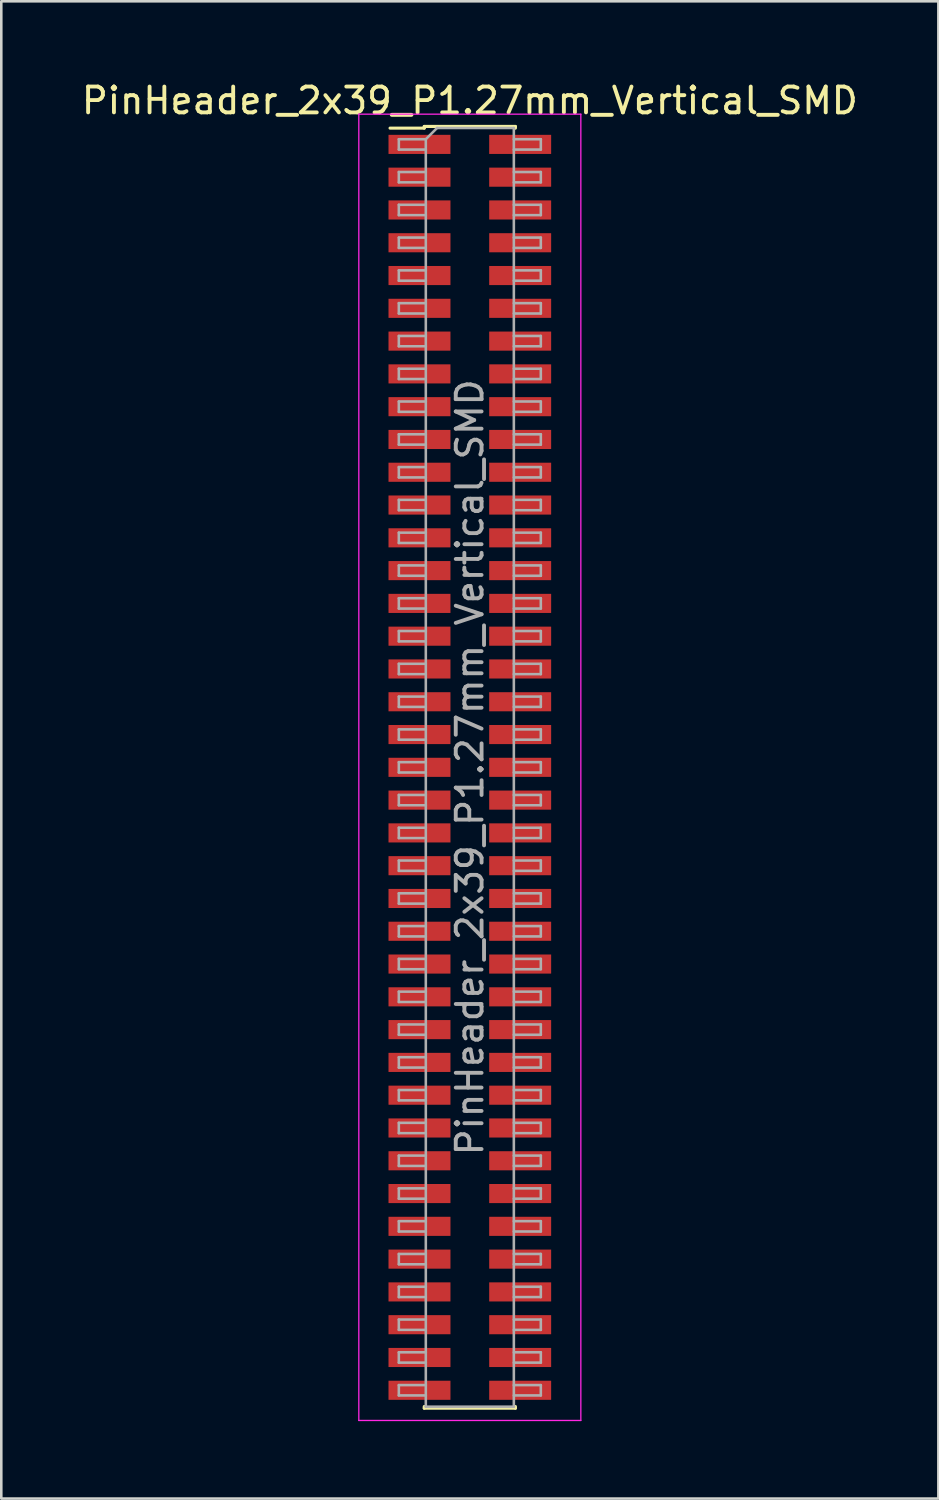
<source format=kicad_pcb>
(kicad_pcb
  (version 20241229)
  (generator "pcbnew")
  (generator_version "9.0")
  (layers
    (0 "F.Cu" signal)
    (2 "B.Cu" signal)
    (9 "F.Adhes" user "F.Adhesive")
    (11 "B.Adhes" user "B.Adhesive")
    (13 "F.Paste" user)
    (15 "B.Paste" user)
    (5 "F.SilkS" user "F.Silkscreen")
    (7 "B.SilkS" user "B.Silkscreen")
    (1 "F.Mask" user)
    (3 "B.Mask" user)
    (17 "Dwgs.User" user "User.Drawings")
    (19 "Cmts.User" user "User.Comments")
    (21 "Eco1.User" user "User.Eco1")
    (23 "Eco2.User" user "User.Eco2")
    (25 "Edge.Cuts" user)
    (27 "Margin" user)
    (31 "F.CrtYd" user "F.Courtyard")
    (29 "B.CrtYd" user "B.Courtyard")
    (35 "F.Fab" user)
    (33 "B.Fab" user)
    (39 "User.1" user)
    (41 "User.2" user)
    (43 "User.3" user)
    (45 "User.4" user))
  (footprint "PinHeader_2x39_P1.27mm_Vertical_SMD"
    (layer "F.Cu")
    (at 15.149 26.673)
    (property "Reference" "PinHeader_2x39_P1.27mm_Vertical_SMD" (at 0 -25.825 0) (layer "F.SilkS") (effects (font (size 1 1) (thickness 0.15))))
    (attr smd)
    (fp_line (start -3.09 -24.76) (end -1.765 -24.76) (stroke (width 0.12) (type solid)) (layer "F.SilkS"))
    (fp_line (start -1.765 -24.825) (end -1.765 -24.76) (stroke (width 0.12) (type solid)) (layer "F.SilkS"))
    (fp_line (start -1.765 -24.825) (end 1.765 -24.825) (stroke (width 0.12) (type solid)) (layer "F.SilkS"))
    (fp_line (start -1.765 24.76) (end -1.765 24.825) (stroke (width 0.12) (type solid)) (layer "F.SilkS"))
    (fp_line (start -1.765 24.825) (end 1.765 24.825) (stroke (width 0.12) (type solid)) (layer "F.SilkS"))
    (fp_line (start 1.765 -24.825) (end 1.765 -24.76) (stroke (width 0.12) (type solid)) (layer "F.SilkS"))
    (fp_line (start 1.765 24.76) (end 1.765 24.825) (stroke (width 0.12) (type solid)) (layer "F.SilkS"))
    (fp_line (start -4.3 -25.3) (end -4.3 25.3) (stroke (width 0.05) (type solid)) (layer "F.CrtYd"))
    (fp_line (start -4.3 25.3) (end 4.3 25.3) (stroke (width 0.05) (type solid)) (layer "F.CrtYd"))
    (fp_line (start 4.3 -25.3) (end -4.3 -25.3) (stroke (width 0.05) (type solid)) (layer "F.CrtYd"))
    (fp_line (start 4.3 25.3) (end 4.3 -25.3) (stroke (width 0.05) (type solid)) (layer "F.CrtYd"))
    (fp_line (start -2.75 -24.33) (end -2.75 -23.93) (stroke (width 0.1) (type solid)) (layer "F.Fab"))
    (fp_line (start -2.75 -23.93) (end -1.705 -23.93) (stroke (width 0.1) (type solid)) (layer "F.Fab"))
    (fp_line (start -2.75 -23.06) (end -2.75 -22.66) (stroke (width 0.1) (type solid)) (layer "F.Fab"))
    (fp_line (start -2.75 -22.66) (end -1.705 -22.66) (stroke (width 0.1) (type solid)) (layer "F.Fab"))
    (fp_line (start -2.75 -21.79) (end -2.75 -21.39) (stroke (width 0.1) (type solid)) (layer "F.Fab"))
    (fp_line (start -2.75 -21.39) (end -1.705 -21.39) (stroke (width 0.1) (type solid)) (layer "F.Fab"))
    (fp_line (start -2.75 -20.52) (end -2.75 -20.12) (stroke (width 0.1) (type solid)) (layer "F.Fab"))
    (fp_line (start -2.75 -20.12) (end -1.705 -20.12) (stroke (width 0.1) (type solid)) (layer "F.Fab"))
    (fp_line (start -2.75 -19.25) (end -2.75 -18.85) (stroke (width 0.1) (type solid)) (layer "F.Fab"))
    (fp_line (start -2.75 -18.85) (end -1.705 -18.85) (stroke (width 0.1) (type solid)) (layer "F.Fab"))
    (fp_line (start -2.75 -17.98) (end -2.75 -17.58) (stroke (width 0.1) (type solid)) (layer "F.Fab"))
    (fp_line (start -2.75 -17.58) (end -1.705 -17.58) (stroke (width 0.1) (type solid)) (layer "F.Fab"))
    (fp_line (start -2.75 -16.71) (end -2.75 -16.31) (stroke (width 0.1) (type solid)) (layer "F.Fab"))
    (fp_line (start -2.75 -16.31) (end -1.705 -16.31) (stroke (width 0.1) (type solid)) (layer "F.Fab"))
    (fp_line (start -2.75 -15.44) (end -2.75 -15.04) (stroke (width 0.1) (type solid)) (layer "F.Fab"))
    (fp_line (start -2.75 -15.04) (end -1.705 -15.04) (stroke (width 0.1) (type solid)) (layer "F.Fab"))
    (fp_line (start -2.75 -14.17) (end -2.75 -13.77) (stroke (width 0.1) (type solid)) (layer "F.Fab"))
    (fp_line (start -2.75 -13.77) (end -1.705 -13.77) (stroke (width 0.1) (type solid)) (layer "F.Fab"))
    (fp_line (start -2.75 -12.9) (end -2.75 -12.5) (stroke (width 0.1) (type solid)) (layer "F.Fab"))
    (fp_line (start -2.75 -12.5) (end -1.705 -12.5) (stroke (width 0.1) (type solid)) (layer "F.Fab"))
    (fp_line (start -2.75 -11.63) (end -2.75 -11.23) (stroke (width 0.1) (type solid)) (layer "F.Fab"))
    (fp_line (start -2.75 -11.23) (end -1.705 -11.23) (stroke (width 0.1) (type solid)) (layer "F.Fab"))
    (fp_line (start -2.75 -10.36) (end -2.75 -9.96) (stroke (width 0.1) (type solid)) (layer "F.Fab"))
    (fp_line (start -2.75 -9.96) (end -1.705 -9.96) (stroke (width 0.1) (type solid)) (layer "F.Fab"))
    (fp_line (start -2.75 -9.09) (end -2.75 -8.69) (stroke (width 0.1) (type solid)) (layer "F.Fab"))
    (fp_line (start -2.75 -8.69) (end -1.705 -8.69) (stroke (width 0.1) (type solid)) (layer "F.Fab"))
    (fp_line (start -2.75 -7.82) (end -2.75 -7.42) (stroke (width 0.1) (type solid)) (layer "F.Fab"))
    (fp_line (start -2.75 -7.42) (end -1.705 -7.42) (stroke (width 0.1) (type solid)) (layer "F.Fab"))
    (fp_line (start -2.75 -6.55) (end -2.75 -6.15) (stroke (width 0.1) (type solid)) (layer "F.Fab"))
    (fp_line (start -2.75 -6.15) (end -1.705 -6.15) (stroke (width 0.1) (type solid)) (layer "F.Fab"))
    (fp_line (start -2.75 -5.28) (end -2.75 -4.88) (stroke (width 0.1) (type solid)) (layer "F.Fab"))
    (fp_line (start -2.75 -4.88) (end -1.705 -4.88) (stroke (width 0.1) (type solid)) (layer "F.Fab"))
    (fp_line (start -2.75 -4.01) (end -2.75 -3.61) (stroke (width 0.1) (type solid)) (layer "F.Fab"))
    (fp_line (start -2.75 -3.61) (end -1.705 -3.61) (stroke (width 0.1) (type solid)) (layer "F.Fab"))
    (fp_line (start -2.75 -2.74) (end -2.75 -2.34) (stroke (width 0.1) (type solid)) (layer "F.Fab"))
    (fp_line (start -2.75 -2.34) (end -1.705 -2.34) (stroke (width 0.1) (type solid)) (layer "F.Fab"))
    (fp_line (start -2.75 -1.47) (end -2.75 -1.07) (stroke (width 0.1) (type solid)) (layer "F.Fab"))
    (fp_line (start -2.75 -1.07) (end -1.705 -1.07) (stroke (width 0.1) (type solid)) (layer "F.Fab"))
    (fp_line (start -2.75 -0.2) (end -2.75 0.2) (stroke (width 0.1) (type solid)) (layer "F.Fab"))
    (fp_line (start -2.75 0.2) (end -1.705 0.2) (stroke (width 0.1) (type solid)) (layer "F.Fab"))
    (fp_line (start -2.75 1.07) (end -2.75 1.47) (stroke (width 0.1) (type solid)) (layer "F.Fab"))
    (fp_line (start -2.75 1.47) (end -1.705 1.47) (stroke (width 0.1) (type solid)) (layer "F.Fab"))
    (fp_line (start -2.75 2.34) (end -2.75 2.74) (stroke (width 0.1) (type solid)) (layer "F.Fab"))
    (fp_line (start -2.75 2.74) (end -1.705 2.74) (stroke (width 0.1) (type solid)) (layer "F.Fab"))
    (fp_line (start -2.75 3.61) (end -2.75 4.01) (stroke (width 0.1) (type solid)) (layer "F.Fab"))
    (fp_line (start -2.75 4.01) (end -1.705 4.01) (stroke (width 0.1) (type solid)) (layer "F.Fab"))
    (fp_line (start -2.75 4.88) (end -2.75 5.28) (stroke (width 0.1) (type solid)) (layer "F.Fab"))
    (fp_line (start -2.75 5.28) (end -1.705 5.28) (stroke (width 0.1) (type solid)) (layer "F.Fab"))
    (fp_line (start -2.75 6.15) (end -2.75 6.55) (stroke (width 0.1) (type solid)) (layer "F.Fab"))
    (fp_line (start -2.75 6.55) (end -1.705 6.55) (stroke (width 0.1) (type solid)) (layer "F.Fab"))
    (fp_line (start -2.75 7.42) (end -2.75 7.82) (stroke (width 0.1) (type solid)) (layer "F.Fab"))
    (fp_line (start -2.75 7.82) (end -1.705 7.82) (stroke (width 0.1) (type solid)) (layer "F.Fab"))
    (fp_line (start -2.75 8.69) (end -2.75 9.09) (stroke (width 0.1) (type solid)) (layer "F.Fab"))
    (fp_line (start -2.75 9.09) (end -1.705 9.09) (stroke (width 0.1) (type solid)) (layer "F.Fab"))
    (fp_line (start -2.75 9.96) (end -2.75 10.36) (stroke (width 0.1) (type solid)) (layer "F.Fab"))
    (fp_line (start -2.75 10.36) (end -1.705 10.36) (stroke (width 0.1) (type solid)) (layer "F.Fab"))
    (fp_line (start -2.75 11.23) (end -2.75 11.63) (stroke (width 0.1) (type solid)) (layer "F.Fab"))
    (fp_line (start -2.75 11.63) (end -1.705 11.63) (stroke (width 0.1) (type solid)) (layer "F.Fab"))
    (fp_line (start -2.75 12.5) (end -2.75 12.9) (stroke (width 0.1) (type solid)) (layer "F.Fab"))
    (fp_line (start -2.75 12.9) (end -1.705 12.9) (stroke (width 0.1) (type solid)) (layer "F.Fab"))
    (fp_line (start -2.75 13.77) (end -2.75 14.17) (stroke (width 0.1) (type solid)) (layer "F.Fab"))
    (fp_line (start -2.75 14.17) (end -1.705 14.17) (stroke (width 0.1) (type solid)) (layer "F.Fab"))
    (fp_line (start -2.75 15.04) (end -2.75 15.44) (stroke (width 0.1) (type solid)) (layer "F.Fab"))
    (fp_line (start -2.75 15.44) (end -1.705 15.44) (stroke (width 0.1) (type solid)) (layer "F.Fab"))
    (fp_line (start -2.75 16.31) (end -2.75 16.71) (stroke (width 0.1) (type solid)) (layer "F.Fab"))
    (fp_line (start -2.75 16.71) (end -1.705 16.71) (stroke (width 0.1) (type solid)) (layer "F.Fab"))
    (fp_line (start -2.75 17.58) (end -2.75 17.98) (stroke (width 0.1) (type solid)) (layer "F.Fab"))
    (fp_line (start -2.75 17.98) (end -1.705 17.98) (stroke (width 0.1) (type solid)) (layer "F.Fab"))
    (fp_line (start -2.75 18.85) (end -2.75 19.25) (stroke (width 0.1) (type solid)) (layer "F.Fab"))
    (fp_line (start -2.75 19.25) (end -1.705 19.25) (stroke (width 0.1) (type solid)) (layer "F.Fab"))
    (fp_line (start -2.75 20.12) (end -2.75 20.52) (stroke (width 0.1) (type solid)) (layer "F.Fab"))
    (fp_line (start -2.75 20.52) (end -1.705 20.52) (stroke (width 0.1) (type solid)) (layer "F.Fab"))
    (fp_line (start -2.75 21.39) (end -2.75 21.79) (stroke (width 0.1) (type solid)) (layer "F.Fab"))
    (fp_line (start -2.75 21.79) (end -1.705 21.79) (stroke (width 0.1) (type solid)) (layer "F.Fab"))
    (fp_line (start -2.75 22.66) (end -2.75 23.06) (stroke (width 0.1) (type solid)) (layer "F.Fab"))
    (fp_line (start -2.75 23.06) (end -1.705 23.06) (stroke (width 0.1) (type solid)) (layer "F.Fab"))
    (fp_line (start -2.75 23.93) (end -2.75 24.33) (stroke (width 0.1) (type solid)) (layer "F.Fab"))
    (fp_line (start -2.75 24.33) (end -1.705 24.33) (stroke (width 0.1) (type solid)) (layer "F.Fab"))
    (fp_line (start -1.705 -24.33) (end -2.75 -24.33) (stroke (width 0.1) (type solid)) (layer "F.Fab"))
    (fp_line (start -1.705 -24.33) (end -1.27 -24.765) (stroke (width 0.1) (type solid)) (layer "F.Fab"))
    (fp_line (start -1.705 -23.06) (end -2.75 -23.06) (stroke (width 0.1) (type solid)) (layer "F.Fab"))
    (fp_line (start -1.705 -21.79) (end -2.75 -21.79) (stroke (width 0.1) (type solid)) (layer "F.Fab"))
    (fp_line (start -1.705 -20.52) (end -2.75 -20.52) (stroke (width 0.1) (type solid)) (layer "F.Fab"))
    (fp_line (start -1.705 -19.25) (end -2.75 -19.25) (stroke (width 0.1) (type solid)) (layer "F.Fab"))
    (fp_line (start -1.705 -17.98) (end -2.75 -17.98) (stroke (width 0.1) (type solid)) (layer "F.Fab"))
    (fp_line (start -1.705 -16.71) (end -2.75 -16.71) (stroke (width 0.1) (type solid)) (layer "F.Fab"))
    (fp_line (start -1.705 -15.44) (end -2.75 -15.44) (stroke (width 0.1) (type solid)) (layer "F.Fab"))
    (fp_line (start -1.705 -14.17) (end -2.75 -14.17) (stroke (width 0.1) (type solid)) (layer "F.Fab"))
    (fp_line (start -1.705 -12.9) (end -2.75 -12.9) (stroke (width 0.1) (type solid)) (layer "F.Fab"))
    (fp_line (start -1.705 -11.63) (end -2.75 -11.63) (stroke (width 0.1) (type solid)) (layer "F.Fab"))
    (fp_line (start -1.705 -10.36) (end -2.75 -10.36) (stroke (width 0.1) (type solid)) (layer "F.Fab"))
    (fp_line (start -1.705 -9.09) (end -2.75 -9.09) (stroke (width 0.1) (type solid)) (layer "F.Fab"))
    (fp_line (start -1.705 -7.82) (end -2.75 -7.82) (stroke (width 0.1) (type solid)) (layer "F.Fab"))
    (fp_line (start -1.705 -6.55) (end -2.75 -6.55) (stroke (width 0.1) (type solid)) (layer "F.Fab"))
    (fp_line (start -1.705 -5.28) (end -2.75 -5.28) (stroke (width 0.1) (type solid)) (layer "F.Fab"))
    (fp_line (start -1.705 -4.01) (end -2.75 -4.01) (stroke (width 0.1) (type solid)) (layer "F.Fab"))
    (fp_line (start -1.705 -2.74) (end -2.75 -2.74) (stroke (width 0.1) (type solid)) (layer "F.Fab"))
    (fp_line (start -1.705 -1.47) (end -2.75 -1.47) (stroke (width 0.1) (type solid)) (layer "F.Fab"))
    (fp_line (start -1.705 -0.2) (end -2.75 -0.2) (stroke (width 0.1) (type solid)) (layer "F.Fab"))
    (fp_line (start -1.705 1.07) (end -2.75 1.07) (stroke (width 0.1) (type solid)) (layer "F.Fab"))
    (fp_line (start -1.705 2.34) (end -2.75 2.34) (stroke (width 0.1) (type solid)) (layer "F.Fab"))
    (fp_line (start -1.705 3.61) (end -2.75 3.61) (stroke (width 0.1) (type solid)) (layer "F.Fab"))
    (fp_line (start -1.705 4.88) (end -2.75 4.88) (stroke (width 0.1) (type solid)) (layer "F.Fab"))
    (fp_line (start -1.705 6.15) (end -2.75 6.15) (stroke (width 0.1) (type solid)) (layer "F.Fab"))
    (fp_line (start -1.705 7.42) (end -2.75 7.42) (stroke (width 0.1) (type solid)) (layer "F.Fab"))
    (fp_line (start -1.705 8.69) (end -2.75 8.69) (stroke (width 0.1) (type solid)) (layer "F.Fab"))
    (fp_line (start -1.705 9.96) (end -2.75 9.96) (stroke (width 0.1) (type solid)) (layer "F.Fab"))
    (fp_line (start -1.705 11.23) (end -2.75 11.23) (stroke (width 0.1) (type solid)) (layer "F.Fab"))
    (fp_line (start -1.705 12.5) (end -2.75 12.5) (stroke (width 0.1) (type solid)) (layer "F.Fab"))
    (fp_line (start -1.705 13.77) (end -2.75 13.77) (stroke (width 0.1) (type solid)) (layer "F.Fab"))
    (fp_line (start -1.705 15.04) (end -2.75 15.04) (stroke (width 0.1) (type solid)) (layer "F.Fab"))
    (fp_line (start -1.705 16.31) (end -2.75 16.31) (stroke (width 0.1) (type solid)) (layer "F.Fab"))
    (fp_line (start -1.705 17.58) (end -2.75 17.58) (stroke (width 0.1) (type solid)) (layer "F.Fab"))
    (fp_line (start -1.705 18.85) (end -2.75 18.85) (stroke (width 0.1) (type solid)) (layer "F.Fab"))
    (fp_line (start -1.705 20.12) (end -2.75 20.12) (stroke (width 0.1) (type solid)) (layer "F.Fab"))
    (fp_line (start -1.705 21.39) (end -2.75 21.39) (stroke (width 0.1) (type solid)) (layer "F.Fab"))
    (fp_line (start -1.705 22.66) (end -2.75 22.66) (stroke (width 0.1) (type solid)) (layer "F.Fab"))
    (fp_line (start -1.705 23.93) (end -2.75 23.93) (stroke (width 0.1) (type solid)) (layer "F.Fab"))
    (fp_line (start -1.705 24.765) (end -1.705 -24.33) (stroke (width 0.1) (type solid)) (layer "F.Fab"))
    (fp_line (start -1.27 -24.765) (end 1.705 -24.765) (stroke (width 0.1) (type solid)) (layer "F.Fab"))
    (fp_line (start 1.705 -24.765) (end 1.705 24.765) (stroke (width 0.1) (type solid)) (layer "F.Fab"))
    (fp_line (start 1.705 -24.33) (end 2.75 -24.33) (stroke (width 0.1) (type solid)) (layer "F.Fab"))
    (fp_line (start 1.705 -23.06) (end 2.75 -23.06) (stroke (width 0.1) (type solid)) (layer "F.Fab"))
    (fp_line (start 1.705 -21.79) (end 2.75 -21.79) (stroke (width 0.1) (type solid)) (layer "F.Fab"))
    (fp_line (start 1.705 -20.52) (end 2.75 -20.52) (stroke (width 0.1) (type solid)) (layer "F.Fab"))
    (fp_line (start 1.705 -19.25) (end 2.75 -19.25) (stroke (width 0.1) (type solid)) (layer "F.Fab"))
    (fp_line (start 1.705 -17.98) (end 2.75 -17.98) (stroke (width 0.1) (type solid)) (layer "F.Fab"))
    (fp_line (start 1.705 -16.71) (end 2.75 -16.71) (stroke (width 0.1) (type solid)) (layer "F.Fab"))
    (fp_line (start 1.705 -15.44) (end 2.75 -15.44) (stroke (width 0.1) (type solid)) (layer "F.Fab"))
    (fp_line (start 1.705 -14.17) (end 2.75 -14.17) (stroke (width 0.1) (type solid)) (layer "F.Fab"))
    (fp_line (start 1.705 -12.9) (end 2.75 -12.9) (stroke (width 0.1) (type solid)) (layer "F.Fab"))
    (fp_line (start 1.705 -11.63) (end 2.75 -11.63) (stroke (width 0.1) (type solid)) (layer "F.Fab"))
    (fp_line (start 1.705 -10.36) (end 2.75 -10.36) (stroke (width 0.1) (type solid)) (layer "F.Fab"))
    (fp_line (start 1.705 -9.09) (end 2.75 -9.09) (stroke (width 0.1) (type solid)) (layer "F.Fab"))
    (fp_line (start 1.705 -7.82) (end 2.75 -7.82) (stroke (width 0.1) (type solid)) (layer "F.Fab"))
    (fp_line (start 1.705 -6.55) (end 2.75 -6.55) (stroke (width 0.1) (type solid)) (layer "F.Fab"))
    (fp_line (start 1.705 -5.28) (end 2.75 -5.28) (stroke (width 0.1) (type solid)) (layer "F.Fab"))
    (fp_line (start 1.705 -4.01) (end 2.75 -4.01) (stroke (width 0.1) (type solid)) (layer "F.Fab"))
    (fp_line (start 1.705 -2.74) (end 2.75 -2.74) (stroke (width 0.1) (type solid)) (layer "F.Fab"))
    (fp_line (start 1.705 -1.47) (end 2.75 -1.47) (stroke (width 0.1) (type solid)) (layer "F.Fab"))
    (fp_line (start 1.705 -0.2) (end 2.75 -0.2) (stroke (width 0.1) (type solid)) (layer "F.Fab"))
    (fp_line (start 1.705 1.07) (end 2.75 1.07) (stroke (width 0.1) (type solid)) (layer "F.Fab"))
    (fp_line (start 1.705 2.34) (end 2.75 2.34) (stroke (width 0.1) (type solid)) (layer "F.Fab"))
    (fp_line (start 1.705 3.61) (end 2.75 3.61) (stroke (width 0.1) (type solid)) (layer "F.Fab"))
    (fp_line (start 1.705 4.88) (end 2.75 4.88) (stroke (width 0.1) (type solid)) (layer "F.Fab"))
    (fp_line (start 1.705 6.15) (end 2.75 6.15) (stroke (width 0.1) (type solid)) (layer "F.Fab"))
    (fp_line (start 1.705 7.42) (end 2.75 7.42) (stroke (width 0.1) (type solid)) (layer "F.Fab"))
    (fp_line (start 1.705 8.69) (end 2.75 8.69) (stroke (width 0.1) (type solid)) (layer "F.Fab"))
    (fp_line (start 1.705 9.96) (end 2.75 9.96) (stroke (width 0.1) (type solid)) (layer "F.Fab"))
    (fp_line (start 1.705 11.23) (end 2.75 11.23) (stroke (width 0.1) (type solid)) (layer "F.Fab"))
    (fp_line (start 1.705 12.5) (end 2.75 12.5) (stroke (width 0.1) (type solid)) (layer "F.Fab"))
    (fp_line (start 1.705 13.77) (end 2.75 13.77) (stroke (width 0.1) (type solid)) (layer "F.Fab"))
    (fp_line (start 1.705 15.04) (end 2.75 15.04) (stroke (width 0.1) (type solid)) (layer "F.Fab"))
    (fp_line (start 1.705 16.31) (end 2.75 16.31) (stroke (width 0.1) (type solid)) (layer "F.Fab"))
    (fp_line (start 1.705 17.58) (end 2.75 17.58) (stroke (width 0.1) (type solid)) (layer "F.Fab"))
    (fp_line (start 1.705 18.85) (end 2.75 18.85) (stroke (width 0.1) (type solid)) (layer "F.Fab"))
    (fp_line (start 1.705 20.12) (end 2.75 20.12) (stroke (width 0.1) (type solid)) (layer "F.Fab"))
    (fp_line (start 1.705 21.39) (end 2.75 21.39) (stroke (width 0.1) (type solid)) (layer "F.Fab"))
    (fp_line (start 1.705 22.66) (end 2.75 22.66) (stroke (width 0.1) (type solid)) (layer "F.Fab"))
    (fp_line (start 1.705 23.93) (end 2.75 23.93) (stroke (width 0.1) (type solid)) (layer "F.Fab"))
    (fp_line (start 1.705 24.765) (end -1.705 24.765) (stroke (width 0.1) (type solid)) (layer "F.Fab"))
    (fp_line (start 2.75 -24.33) (end 2.75 -23.93) (stroke (width 0.1) (type solid)) (layer "F.Fab"))
    (fp_line (start 2.75 -23.93) (end 1.705 -23.93) (stroke (width 0.1) (type solid)) (layer "F.Fab"))
    (fp_line (start 2.75 -23.06) (end 2.75 -22.66) (stroke (width 0.1) (type solid)) (layer "F.Fab"))
    (fp_line (start 2.75 -22.66) (end 1.705 -22.66) (stroke (width 0.1) (type solid)) (layer "F.Fab"))
    (fp_line (start 2.75 -21.79) (end 2.75 -21.39) (stroke (width 0.1) (type solid)) (layer "F.Fab"))
    (fp_line (start 2.75 -21.39) (end 1.705 -21.39) (stroke (width 0.1) (type solid)) (layer "F.Fab"))
    (fp_line (start 2.75 -20.52) (end 2.75 -20.12) (stroke (width 0.1) (type solid)) (layer "F.Fab"))
    (fp_line (start 2.75 -20.12) (end 1.705 -20.12) (stroke (width 0.1) (type solid)) (layer "F.Fab"))
    (fp_line (start 2.75 -19.25) (end 2.75 -18.85) (stroke (width 0.1) (type solid)) (layer "F.Fab"))
    (fp_line (start 2.75 -18.85) (end 1.705 -18.85) (stroke (width 0.1) (type solid)) (layer "F.Fab"))
    (fp_line (start 2.75 -17.98) (end 2.75 -17.58) (stroke (width 0.1) (type solid)) (layer "F.Fab"))
    (fp_line (start 2.75 -17.58) (end 1.705 -17.58) (stroke (width 0.1) (type solid)) (layer "F.Fab"))
    (fp_line (start 2.75 -16.71) (end 2.75 -16.31) (stroke (width 0.1) (type solid)) (layer "F.Fab"))
    (fp_line (start 2.75 -16.31) (end 1.705 -16.31) (stroke (width 0.1) (type solid)) (layer "F.Fab"))
    (fp_line (start 2.75 -15.44) (end 2.75 -15.04) (stroke (width 0.1) (type solid)) (layer "F.Fab"))
    (fp_line (start 2.75 -15.04) (end 1.705 -15.04) (stroke (width 0.1) (type solid)) (layer "F.Fab"))
    (fp_line (start 2.75 -14.17) (end 2.75 -13.77) (stroke (width 0.1) (type solid)) (layer "F.Fab"))
    (fp_line (start 2.75 -13.77) (end 1.705 -13.77) (stroke (width 0.1) (type solid)) (layer "F.Fab"))
    (fp_line (start 2.75 -12.9) (end 2.75 -12.5) (stroke (width 0.1) (type solid)) (layer "F.Fab"))
    (fp_line (start 2.75 -12.5) (end 1.705 -12.5) (stroke (width 0.1) (type solid)) (layer "F.Fab"))
    (fp_line (start 2.75 -11.63) (end 2.75 -11.23) (stroke (width 0.1) (type solid)) (layer "F.Fab"))
    (fp_line (start 2.75 -11.23) (end 1.705 -11.23) (stroke (width 0.1) (type solid)) (layer "F.Fab"))
    (fp_line (start 2.75 -10.36) (end 2.75 -9.96) (stroke (width 0.1) (type solid)) (layer "F.Fab"))
    (fp_line (start 2.75 -9.96) (end 1.705 -9.96) (stroke (width 0.1) (type solid)) (layer "F.Fab"))
    (fp_line (start 2.75 -9.09) (end 2.75 -8.69) (stroke (width 0.1) (type solid)) (layer "F.Fab"))
    (fp_line (start 2.75 -8.69) (end 1.705 -8.69) (stroke (width 0.1) (type solid)) (layer "F.Fab"))
    (fp_line (start 2.75 -7.82) (end 2.75 -7.42) (stroke (width 0.1) (type solid)) (layer "F.Fab"))
    (fp_line (start 2.75 -7.42) (end 1.705 -7.42) (stroke (width 0.1) (type solid)) (layer "F.Fab"))
    (fp_line (start 2.75 -6.55) (end 2.75 -6.15) (stroke (width 0.1) (type solid)) (layer "F.Fab"))
    (fp_line (start 2.75 -6.15) (end 1.705 -6.15) (stroke (width 0.1) (type solid)) (layer "F.Fab"))
    (fp_line (start 2.75 -5.28) (end 2.75 -4.88) (stroke (width 0.1) (type solid)) (layer "F.Fab"))
    (fp_line (start 2.75 -4.88) (end 1.705 -4.88) (stroke (width 0.1) (type solid)) (layer "F.Fab"))
    (fp_line (start 2.75 -4.01) (end 2.75 -3.61) (stroke (width 0.1) (type solid)) (layer "F.Fab"))
    (fp_line (start 2.75 -3.61) (end 1.705 -3.61) (stroke (width 0.1) (type solid)) (layer "F.Fab"))
    (fp_line (start 2.75 -2.74) (end 2.75 -2.34) (stroke (width 0.1) (type solid)) (layer "F.Fab"))
    (fp_line (start 2.75 -2.34) (end 1.705 -2.34) (stroke (width 0.1) (type solid)) (layer "F.Fab"))
    (fp_line (start 2.75 -1.47) (end 2.75 -1.07) (stroke (width 0.1) (type solid)) (layer "F.Fab"))
    (fp_line (start 2.75 -1.07) (end 1.705 -1.07) (stroke (width 0.1) (type solid)) (layer "F.Fab"))
    (fp_line (start 2.75 -0.2) (end 2.75 0.2) (stroke (width 0.1) (type solid)) (layer "F.Fab"))
    (fp_line (start 2.75 0.2) (end 1.705 0.2) (stroke (width 0.1) (type solid)) (layer "F.Fab"))
    (fp_line (start 2.75 1.07) (end 2.75 1.47) (stroke (width 0.1) (type solid)) (layer "F.Fab"))
    (fp_line (start 2.75 1.47) (end 1.705 1.47) (stroke (width 0.1) (type solid)) (layer "F.Fab"))
    (fp_line (start 2.75 2.34) (end 2.75 2.74) (stroke (width 0.1) (type solid)) (layer "F.Fab"))
    (fp_line (start 2.75 2.74) (end 1.705 2.74) (stroke (width 0.1) (type solid)) (layer "F.Fab"))
    (fp_line (start 2.75 3.61) (end 2.75 4.01) (stroke (width 0.1) (type solid)) (layer "F.Fab"))
    (fp_line (start 2.75 4.01) (end 1.705 4.01) (stroke (width 0.1) (type solid)) (layer "F.Fab"))
    (fp_line (start 2.75 4.88) (end 2.75 5.28) (stroke (width 0.1) (type solid)) (layer "F.Fab"))
    (fp_line (start 2.75 5.28) (end 1.705 5.28) (stroke (width 0.1) (type solid)) (layer "F.Fab"))
    (fp_line (start 2.75 6.15) (end 2.75 6.55) (stroke (width 0.1) (type solid)) (layer "F.Fab"))
    (fp_line (start 2.75 6.55) (end 1.705 6.55) (stroke (width 0.1) (type solid)) (layer "F.Fab"))
    (fp_line (start 2.75 7.42) (end 2.75 7.82) (stroke (width 0.1) (type solid)) (layer "F.Fab"))
    (fp_line (start 2.75 7.82) (end 1.705 7.82) (stroke (width 0.1) (type solid)) (layer "F.Fab"))
    (fp_line (start 2.75 8.69) (end 2.75 9.09) (stroke (width 0.1) (type solid)) (layer "F.Fab"))
    (fp_line (start 2.75 9.09) (end 1.705 9.09) (stroke (width 0.1) (type solid)) (layer "F.Fab"))
    (fp_line (start 2.75 9.96) (end 2.75 10.36) (stroke (width 0.1) (type solid)) (layer "F.Fab"))
    (fp_line (start 2.75 10.36) (end 1.705 10.36) (stroke (width 0.1) (type solid)) (layer "F.Fab"))
    (fp_line (start 2.75 11.23) (end 2.75 11.63) (stroke (width 0.1) (type solid)) (layer "F.Fab"))
    (fp_line (start 2.75 11.63) (end 1.705 11.63) (stroke (width 0.1) (type solid)) (layer "F.Fab"))
    (fp_line (start 2.75 12.5) (end 2.75 12.9) (stroke (width 0.1) (type solid)) (layer "F.Fab"))
    (fp_line (start 2.75 12.9) (end 1.705 12.9) (stroke (width 0.1) (type solid)) (layer "F.Fab"))
    (fp_line (start 2.75 13.77) (end 2.75 14.17) (stroke (width 0.1) (type solid)) (layer "F.Fab"))
    (fp_line (start 2.75 14.17) (end 1.705 14.17) (stroke (width 0.1) (type solid)) (layer "F.Fab"))
    (fp_line (start 2.75 15.04) (end 2.75 15.44) (stroke (width 0.1) (type solid)) (layer "F.Fab"))
    (fp_line (start 2.75 15.44) (end 1.705 15.44) (stroke (width 0.1) (type solid)) (layer "F.Fab"))
    (fp_line (start 2.75 16.31) (end 2.75 16.71) (stroke (width 0.1) (type solid)) (layer "F.Fab"))
    (fp_line (start 2.75 16.71) (end 1.705 16.71) (stroke (width 0.1) (type solid)) (layer "F.Fab"))
    (fp_line (start 2.75 17.58) (end 2.75 17.98) (stroke (width 0.1) (type solid)) (layer "F.Fab"))
    (fp_line (start 2.75 17.98) (end 1.705 17.98) (stroke (width 0.1) (type solid)) (layer "F.Fab"))
    (fp_line (start 2.75 18.85) (end 2.75 19.25) (stroke (width 0.1) (type solid)) (layer "F.Fab"))
    (fp_line (start 2.75 19.25) (end 1.705 19.25) (stroke (width 0.1) (type solid)) (layer "F.Fab"))
    (fp_line (start 2.75 20.12) (end 2.75 20.52) (stroke (width 0.1) (type solid)) (layer "F.Fab"))
    (fp_line (start 2.75 20.52) (end 1.705 20.52) (stroke (width 0.1) (type solid)) (layer "F.Fab"))
    (fp_line (start 2.75 21.39) (end 2.75 21.79) (stroke (width 0.1) (type solid)) (layer "F.Fab"))
    (fp_line (start 2.75 21.79) (end 1.705 21.79) (stroke (width 0.1) (type solid)) (layer "F.Fab"))
    (fp_line (start 2.75 22.66) (end 2.75 23.06) (stroke (width 0.1) (type solid)) (layer "F.Fab"))
    (fp_line (start 2.75 23.06) (end 1.705 23.06) (stroke (width 0.1) (type solid)) (layer "F.Fab"))
    (fp_line (start 2.75 23.93) (end 2.75 24.33) (stroke (width 0.1) (type solid)) (layer "F.Fab"))
    (fp_line (start 2.75 24.33) (end 1.705 24.33) (stroke (width 0.1) (type solid)) (layer "F.Fab"))
    (fp_text user "${REFERENCE}" (at 0 0 90) (layer "F.Fab") (effects (font (size 1 1) (thickness 0.15))))
    (pad "1" smd rect (at -1.95 -24.13) (size 2.4 0.74) (layers "F.Cu" "F.Mask" "F.Paste"))
    (pad "2" smd rect (at 1.95 -24.13) (size 2.4 0.74) (layers "F.Cu" "F.Mask" "F.Paste"))
    (pad "3" smd rect (at -1.95 -22.86) (size 2.4 0.74) (layers "F.Cu" "F.Mask" "F.Paste"))
    (pad "4" smd rect (at 1.95 -22.86) (size 2.4 0.74) (layers "F.Cu" "F.Mask" "F.Paste"))
    (pad "5" smd rect (at -1.95 -21.59) (size 2.4 0.74) (layers "F.Cu" "F.Mask" "F.Paste"))
    (pad "6" smd rect (at 1.95 -21.59) (size 2.4 0.74) (layers "F.Cu" "F.Mask" "F.Paste"))
    (pad "7" smd rect (at -1.95 -20.32) (size 2.4 0.74) (layers "F.Cu" "F.Mask" "F.Paste"))
    (pad "8" smd rect (at 1.95 -20.32) (size 2.4 0.74) (layers "F.Cu" "F.Mask" "F.Paste"))
    (pad "9" smd rect (at -1.95 -19.05) (size 2.4 0.74) (layers "F.Cu" "F.Mask" "F.Paste"))
    (pad "10" smd rect (at 1.95 -19.05) (size 2.4 0.74) (layers "F.Cu" "F.Mask" "F.Paste"))
    (pad "11" smd rect (at -1.95 -17.78) (size 2.4 0.74) (layers "F.Cu" "F.Mask" "F.Paste"))
    (pad "12" smd rect (at 1.95 -17.78) (size 2.4 0.74) (layers "F.Cu" "F.Mask" "F.Paste"))
    (pad "13" smd rect (at -1.95 -16.51) (size 2.4 0.74) (layers "F.Cu" "F.Mask" "F.Paste"))
    (pad "14" smd rect (at 1.95 -16.51) (size 2.4 0.74) (layers "F.Cu" "F.Mask" "F.Paste"))
    (pad "15" smd rect (at -1.95 -15.24) (size 2.4 0.74) (layers "F.Cu" "F.Mask" "F.Paste"))
    (pad "16" smd rect (at 1.95 -15.24) (size 2.4 0.74) (layers "F.Cu" "F.Mask" "F.Paste"))
    (pad "17" smd rect (at -1.95 -13.97) (size 2.4 0.74) (layers "F.Cu" "F.Mask" "F.Paste"))
    (pad "18" smd rect (at 1.95 -13.97) (size 2.4 0.74) (layers "F.Cu" "F.Mask" "F.Paste"))
    (pad "19" smd rect (at -1.95 -12.7) (size 2.4 0.74) (layers "F.Cu" "F.Mask" "F.Paste"))
    (pad "20" smd rect (at 1.95 -12.7) (size 2.4 0.74) (layers "F.Cu" "F.Mask" "F.Paste"))
    (pad "21" smd rect (at -1.95 -11.43) (size 2.4 0.74) (layers "F.Cu" "F.Mask" "F.Paste"))
    (pad "22" smd rect (at 1.95 -11.43) (size 2.4 0.74) (layers "F.Cu" "F.Mask" "F.Paste"))
    (pad "23" smd rect (at -1.95 -10.16) (size 2.4 0.74) (layers "F.Cu" "F.Mask" "F.Paste"))
    (pad "24" smd rect (at 1.95 -10.16) (size 2.4 0.74) (layers "F.Cu" "F.Mask" "F.Paste"))
    (pad "25" smd rect (at -1.95 -8.89) (size 2.4 0.74) (layers "F.Cu" "F.Mask" "F.Paste"))
    (pad "26" smd rect (at 1.95 -8.89) (size 2.4 0.74) (layers "F.Cu" "F.Mask" "F.Paste"))
    (pad "27" smd rect (at -1.95 -7.62) (size 2.4 0.74) (layers "F.Cu" "F.Mask" "F.Paste"))
    (pad "28" smd rect (at 1.95 -7.62) (size 2.4 0.74) (layers "F.Cu" "F.Mask" "F.Paste"))
    (pad "29" smd rect (at -1.95 -6.35) (size 2.4 0.74) (layers "F.Cu" "F.Mask" "F.Paste"))
    (pad "30" smd rect (at 1.95 -6.35) (size 2.4 0.74) (layers "F.Cu" "F.Mask" "F.Paste"))
    (pad "31" smd rect (at -1.95 -5.08) (size 2.4 0.74) (layers "F.Cu" "F.Mask" "F.Paste"))
    (pad "32" smd rect (at 1.95 -5.08) (size 2.4 0.74) (layers "F.Cu" "F.Mask" "F.Paste"))
    (pad "33" smd rect (at -1.95 -3.81) (size 2.4 0.74) (layers "F.Cu" "F.Mask" "F.Paste"))
    (pad "34" smd rect (at 1.95 -3.81) (size 2.4 0.74) (layers "F.Cu" "F.Mask" "F.Paste"))
    (pad "35" smd rect (at -1.95 -2.54) (size 2.4 0.74) (layers "F.Cu" "F.Mask" "F.Paste"))
    (pad "36" smd rect (at 1.95 -2.54) (size 2.4 0.74) (layers "F.Cu" "F.Mask" "F.Paste"))
    (pad "37" smd rect (at -1.95 -1.27) (size 2.4 0.74) (layers "F.Cu" "F.Mask" "F.Paste"))
    (pad "38" smd rect (at 1.95 -1.27) (size 2.4 0.74) (layers "F.Cu" "F.Mask" "F.Paste"))
    (pad "39" smd rect (at -1.95 0) (size 2.4 0.74) (layers "F.Cu" "F.Mask" "F.Paste"))
    (pad "40" smd rect (at 1.95 0) (size 2.4 0.74) (layers "F.Cu" "F.Mask" "F.Paste"))
    (pad "41" smd rect (at -1.95 1.27) (size 2.4 0.74) (layers "F.Cu" "F.Mask" "F.Paste"))
    (pad "42" smd rect (at 1.95 1.27) (size 2.4 0.74) (layers "F.Cu" "F.Mask" "F.Paste"))
    (pad "43" smd rect (at -1.95 2.54) (size 2.4 0.74) (layers "F.Cu" "F.Mask" "F.Paste"))
    (pad "44" smd rect (at 1.95 2.54) (size 2.4 0.74) (layers "F.Cu" "F.Mask" "F.Paste"))
    (pad "45" smd rect (at -1.95 3.81) (size 2.4 0.74) (layers "F.Cu" "F.Mask" "F.Paste"))
    (pad "46" smd rect (at 1.95 3.81) (size 2.4 0.74) (layers "F.Cu" "F.Mask" "F.Paste"))
    (pad "47" smd rect (at -1.95 5.08) (size 2.4 0.74) (layers "F.Cu" "F.Mask" "F.Paste"))
    (pad "48" smd rect (at 1.95 5.08) (size 2.4 0.74) (layers "F.Cu" "F.Mask" "F.Paste"))
    (pad "49" smd rect (at -1.95 6.35) (size 2.4 0.74) (layers "F.Cu" "F.Mask" "F.Paste"))
    (pad "50" smd rect (at 1.95 6.35) (size 2.4 0.74) (layers "F.Cu" "F.Mask" "F.Paste"))
    (pad "51" smd rect (at -1.95 7.62) (size 2.4 0.74) (layers "F.Cu" "F.Mask" "F.Paste"))
    (pad "52" smd rect (at 1.95 7.62) (size 2.4 0.74) (layers "F.Cu" "F.Mask" "F.Paste"))
    (pad "53" smd rect (at -1.95 8.89) (size 2.4 0.74) (layers "F.Cu" "F.Mask" "F.Paste"))
    (pad "54" smd rect (at 1.95 8.89) (size 2.4 0.74) (layers "F.Cu" "F.Mask" "F.Paste"))
    (pad "55" smd rect (at -1.95 10.16) (size 2.4 0.74) (layers "F.Cu" "F.Mask" "F.Paste"))
    (pad "56" smd rect (at 1.95 10.16) (size 2.4 0.74) (layers "F.Cu" "F.Mask" "F.Paste"))
    (pad "57" smd rect (at -1.95 11.43) (size 2.4 0.74) (layers "F.Cu" "F.Mask" "F.Paste"))
    (pad "58" smd rect (at 1.95 11.43) (size 2.4 0.74) (layers "F.Cu" "F.Mask" "F.Paste"))
    (pad "59" smd rect (at -1.95 12.7) (size 2.4 0.74) (layers "F.Cu" "F.Mask" "F.Paste"))
    (pad "60" smd rect (at 1.95 12.7) (size 2.4 0.74) (layers "F.Cu" "F.Mask" "F.Paste"))
    (pad "61" smd rect (at -1.95 13.97) (size 2.4 0.74) (layers "F.Cu" "F.Mask" "F.Paste"))
    (pad "62" smd rect (at 1.95 13.97) (size 2.4 0.74) (layers "F.Cu" "F.Mask" "F.Paste"))
    (pad "63" smd rect (at -1.95 15.24) (size 2.4 0.74) (layers "F.Cu" "F.Mask" "F.Paste"))
    (pad "64" smd rect (at 1.95 15.24) (size 2.4 0.74) (layers "F.Cu" "F.Mask" "F.Paste"))
    (pad "65" smd rect (at -1.95 16.51) (size 2.4 0.74) (layers "F.Cu" "F.Mask" "F.Paste"))
    (pad "66" smd rect (at 1.95 16.51) (size 2.4 0.74) (layers "F.Cu" "F.Mask" "F.Paste"))
    (pad "67" smd rect (at -1.95 17.78) (size 2.4 0.74) (layers "F.Cu" "F.Mask" "F.Paste"))
    (pad "68" smd rect (at 1.95 17.78) (size 2.4 0.74) (layers "F.Cu" "F.Mask" "F.Paste"))
    (pad "69" smd rect (at -1.95 19.05) (size 2.4 0.74) (layers "F.Cu" "F.Mask" "F.Paste"))
    (pad "70" smd rect (at 1.95 19.05) (size 2.4 0.74) (layers "F.Cu" "F.Mask" "F.Paste"))
    (pad "71" smd rect (at -1.95 20.32) (size 2.4 0.74) (layers "F.Cu" "F.Mask" "F.Paste"))
    (pad "72" smd rect (at 1.95 20.32) (size 2.4 0.74) (layers "F.Cu" "F.Mask" "F.Paste"))
    (pad "73" smd rect (at -1.95 21.59) (size 2.4 0.74) (layers "F.Cu" "F.Mask" "F.Paste"))
    (pad "74" smd rect (at 1.95 21.59) (size 2.4 0.74) (layers "F.Cu" "F.Mask" "F.Paste"))
    (pad "75" smd rect (at -1.95 22.86) (size 2.4 0.74) (layers "F.Cu" "F.Mask" "F.Paste"))
    (pad "76" smd rect (at 1.95 22.86) (size 2.4 0.74) (layers "F.Cu" "F.Mask" "F.Paste"))
    (pad "77" smd rect (at -1.95 24.13) (size 2.4 0.74) (layers "F.Cu" "F.Mask" "F.Paste"))
    (pad "78" smd rect (at 1.95 24.13) (size 2.4 0.74) (layers "F.Cu" "F.Mask" "F.Paste")))
  (gr_rect
    (start -3 -3)
    (end 33.298 54.998)
    (stroke (width 0.1) (type default))
    (fill no)
    (layer "Edge.Cuts")))
</source>
